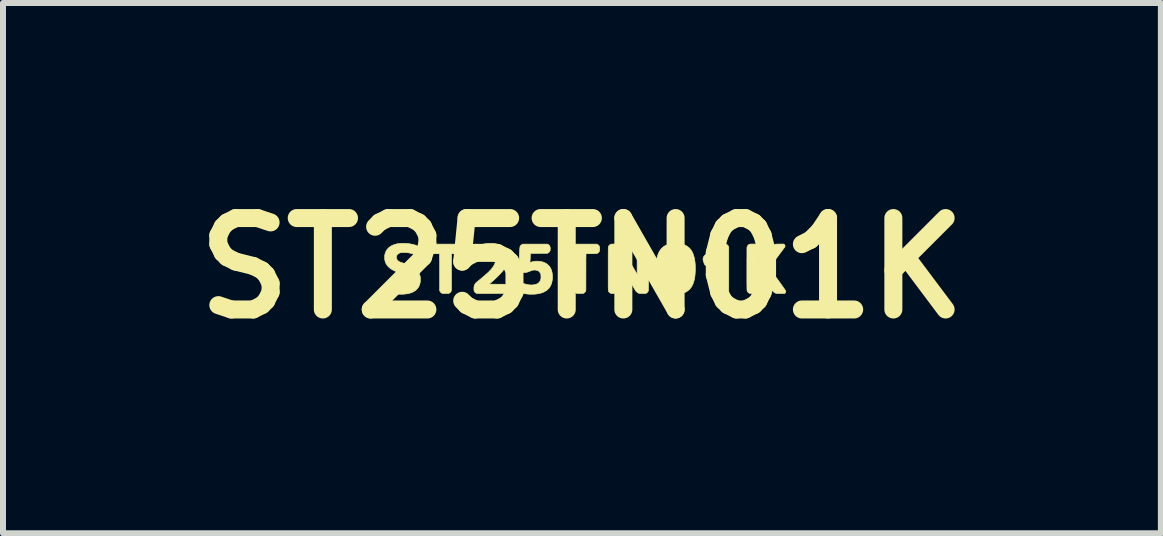
<source format=kicad_pcb>
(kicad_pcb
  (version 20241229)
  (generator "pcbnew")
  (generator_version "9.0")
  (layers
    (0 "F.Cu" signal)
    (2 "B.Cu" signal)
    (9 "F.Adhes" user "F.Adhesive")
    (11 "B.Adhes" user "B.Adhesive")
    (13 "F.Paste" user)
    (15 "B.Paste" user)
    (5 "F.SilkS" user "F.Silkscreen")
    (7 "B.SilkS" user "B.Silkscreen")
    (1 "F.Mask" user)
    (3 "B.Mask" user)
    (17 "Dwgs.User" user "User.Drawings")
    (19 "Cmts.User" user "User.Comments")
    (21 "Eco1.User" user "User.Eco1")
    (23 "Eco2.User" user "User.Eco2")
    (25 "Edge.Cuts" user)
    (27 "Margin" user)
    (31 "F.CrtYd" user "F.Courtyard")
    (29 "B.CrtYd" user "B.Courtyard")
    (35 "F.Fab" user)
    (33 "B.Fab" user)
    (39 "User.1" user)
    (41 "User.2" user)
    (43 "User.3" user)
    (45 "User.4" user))
  (footprint "ST25TN01K"
    (layer "F.Cu")
    (at 6.648 1.418)
    (property "Reference" "ST25TN01K" (at 0 0 0) (layer "F.SilkS") (effects (font (size 1.524 1.524) (thickness 0.3))))
    (attr through_hole)
    (fp_poly (pts (xy 2.348 -0.401) (xy 2.4 -0.4) (xy 2.41 -0.396) (xy 2.419 -0.39) (xy 2.428 -0.382) (xy 2.436 -0.372) (xy 2.441 -0.363) (xy 2.446 -0.353) (xy 2.446 0.375) (xy 2.44 0.386) (xy 2.434 0.397) (xy 2.425 0.406) (xy 2.416 0.414) (xy 2.406 0.42) (xy 2.405 0.42) (xy 2.402 0.421) (xy 2.399 0.422) (xy 2.396 0.422) (xy 2.392 0.423) (xy 2.386 0.423) (xy 2.378 0.423) (xy 2.368 0.423) (xy 2.356 0.423) (xy 2.346 0.423) (xy 2.33 0.423) (xy 2.318 0.423) (xy 2.307 0.423) (xy 2.3 0.422) (xy 2.295 0.422) (xy 2.291 0.421) (xy 2.291 0.421) (xy 2.277 0.414) (xy 2.266 0.405) (xy 2.256 0.393) (xy 2.252 0.386) (xy 2.248 0.377) (xy 2.247 0.099) (xy 2.246 -0.179) (xy 2.179 -0.116) (xy 2.163 -0.101) (xy 2.15 -0.089) (xy 2.138 -0.079) (xy 2.129 -0.07) (xy 2.121 -0.063) (xy 2.114 -0.057) (xy 2.109 -0.053) (xy 2.105 -0.049) (xy 2.102 -0.047) (xy 2.099 -0.045) (xy 2.097 -0.044) (xy 2.094 -0.043) (xy 2.093 -0.043) (xy 2.083 -0.041) (xy 2.072 -0.042) (xy 2.062 -0.045) (xy 2.053 -0.05) (xy 2.048 -0.054) (xy 2.046 -0.059) (xy 2.042 -0.065) (xy 2.038 -0.074) (xy 2.034 -0.084) (xy 2.03 -0.095) (xy 2.026 -0.105) (xy 2.023 -0.116) (xy 2.02 -0.125) (xy 2.019 -0.128) (xy 2.017 -0.145) (xy 2.018 -0.162) (xy 2.022 -0.178) (xy 2.029 -0.193) (xy 2.037 -0.203) (xy 2.039 -0.206) (xy 2.044 -0.211) (xy 2.051 -0.218) (xy 2.059 -0.226) (xy 2.069 -0.235) (xy 2.08 -0.246) (xy 2.092 -0.257) (xy 2.105 -0.269) (xy 2.118 -0.281) (xy 2.131 -0.294) (xy 2.144 -0.306) (xy 2.156 -0.318) (xy 2.168 -0.329) (xy 2.18 -0.339) (xy 2.189 -0.348) (xy 2.198 -0.356) (xy 2.205 -0.362) (xy 2.21 -0.367) (xy 2.212 -0.368) (xy 2.224 -0.377) (xy 2.238 -0.385) (xy 2.252 -0.391) (xy 2.259 -0.394) (xy 2.265 -0.396) (xy 2.272 -0.397) (xy 2.279 -0.399) (xy 2.286 -0.4) (xy 2.295 -0.401) (xy 2.305 -0.401) (xy 2.318 -0.401) (xy 2.333 -0.401) (xy 2.348 -0.401)) (stroke (width 0.01) (type solid)) (fill yes) (layer "F.SilkS"))
    (fp_poly (pts (xy -1.983 -0.396) (xy -1.975 -0.391) (xy -1.966 -0.384) (xy -1.959 -0.375) (xy -1.953 -0.367) (xy -1.95 -0.363) (xy -1.949 -0.36) (xy -1.948 -0.357) (xy -1.947 -0.353) (xy -1.947 -0.348) (xy -1.947 -0.342) (xy -1.947 -0.333) (xy -1.946 -0.322) (xy -1.946 -0.31) (xy -1.947 -0.302) (xy -1.947 -0.296) (xy -1.947 -0.291) (xy -1.948 -0.287) (xy -1.949 -0.284) (xy -1.95 -0.281) (xy -1.951 -0.279) (xy -1.957 -0.269) (xy -1.965 -0.26) (xy -1.974 -0.252) (xy -1.981 -0.248) (xy -1.985 -0.247) (xy -1.988 -0.245) (xy -1.992 -0.244) (xy -1.997 -0.243) (xy -2.003 -0.242) (xy -2.01 -0.242) (xy -2.019 -0.241) (xy -2.03 -0.241) (xy -2.043 -0.241) (xy -2.059 -0.241) (xy -2.077 -0.24) (xy -2.09 -0.24) (xy -2.109 -0.24) (xy -2.125 -0.24) (xy -2.138 -0.24) (xy -2.149 -0.24) (xy -2.157 -0.24) (xy -2.164 -0.24) (xy -2.168 -0.239) (xy -2.171 -0.239) (xy -2.172 -0.238) (xy -2.172 -0.238) (xy -2.173 -0.237) (xy -2.173 -0.233) (xy -2.173 -0.227) (xy -2.173 -0.219) (xy -2.173 -0.209) (xy -2.174 -0.195) (xy -2.174 -0.18) (xy -2.174 -0.161) (xy -2.174 -0.14) (xy -2.174 -0.116) (xy -2.174 -0.089) (xy -2.174 -0.059) (xy -2.174 -0.026) (xy -2.175 0.01) (xy -2.175 0.05) (xy -2.175 0.07) (xy -2.175 0.375) (xy -2.179 0.384) (xy -2.187 0.396) (xy -2.196 0.407) (xy -2.208 0.415) (xy -2.21 0.417) (xy -2.221 0.422) (xy -2.271 0.423) (xy -2.287 0.423) (xy -2.299 0.423) (xy -2.31 0.423) (xy -2.317 0.422) (xy -2.323 0.422) (xy -2.327 0.421) (xy -2.328 0.421) (xy -2.338 0.416) (xy -2.349 0.408) (xy -2.358 0.399) (xy -2.365 0.388) (xy -2.367 0.385) (xy -2.372 0.375) (xy -2.372 0.07) (xy -2.372 0.029) (xy -2.372 -0.009) (xy -2.372 -0.044) (xy -2.372 -0.075) (xy -2.372 -0.103) (xy -2.372 -0.129) (xy -2.373 -0.151) (xy -2.373 -0.171) (xy -2.373 -0.188) (xy -2.373 -0.202) (xy -2.373 -0.214) (xy -2.373 -0.224) (xy -2.374 -0.231) (xy -2.374 -0.235) (xy -2.374 -0.238) (xy -2.374 -0.238) (xy -2.375 -0.239) (xy -2.378 -0.239) (xy -2.381 -0.24) (xy -2.387 -0.24) (xy -2.394 -0.24) (xy -2.404 -0.24) (xy -2.416 -0.24) (xy -2.431 -0.24) (xy -2.449 -0.24) (xy -2.457 -0.24) (xy -2.478 -0.24) (xy -2.496 -0.241) (xy -2.513 -0.241) (xy -2.526 -0.241) (xy -2.536 -0.241) (xy -2.544 -0.242) (xy -2.548 -0.242) (xy -2.561 -0.246) (xy -2.574 -0.253) (xy -2.585 -0.263) (xy -2.593 -0.274) (xy -2.596 -0.279) (xy -2.597 -0.282) (xy -2.598 -0.286) (xy -2.599 -0.289) (xy -2.6 -0.293) (xy -2.6 -0.299) (xy -2.6 -0.306) (xy -2.6 -0.316) (xy -2.6 -0.322) (xy -2.6 -0.333) (xy -2.6 -0.342) (xy -2.6 -0.348) (xy -2.599 -0.353) (xy -2.599 -0.356) (xy -2.598 -0.359) (xy -2.596 -0.362) (xy -2.595 -0.364) (xy -2.589 -0.374) (xy -2.58 -0.384) (xy -2.571 -0.392) (xy -2.564 -0.396) (xy -2.554 -0.4) (xy -1.992 -0.4) (xy -1.983 -0.396)) (stroke (width 0.01) (type solid)) (fill yes) (layer "F.SilkS"))
    (fp_poly (pts (xy 0.258 -0.396) (xy 0.266 -0.391) (xy 0.274 -0.384) (xy 0.282 -0.375) (xy 0.288 -0.367) (xy 0.29 -0.363) (xy 0.291 -0.36) (xy 0.292 -0.357) (xy 0.293 -0.353) (xy 0.293 -0.348) (xy 0.294 -0.342) (xy 0.294 -0.333) (xy 0.294 -0.322) (xy 0.294 -0.31) (xy 0.294 -0.302) (xy 0.293 -0.296) (xy 0.293 -0.291) (xy 0.292 -0.287) (xy 0.291 -0.284) (xy 0.29 -0.281) (xy 0.289 -0.279) (xy 0.283 -0.269) (xy 0.275 -0.26) (xy 0.266 -0.252) (xy 0.259 -0.248) (xy 0.256 -0.247) (xy 0.252 -0.245) (xy 0.248 -0.244) (xy 0.243 -0.243) (xy 0.237 -0.242) (xy 0.23 -0.242) (xy 0.221 -0.241) (xy 0.21 -0.241) (xy 0.197 -0.241) (xy 0.182 -0.241) (xy 0.163 -0.24) (xy 0.151 -0.24) (xy 0.131 -0.24) (xy 0.115 -0.24) (xy 0.102 -0.24) (xy 0.091 -0.24) (xy 0.083 -0.24) (xy 0.077 -0.24) (xy 0.072 -0.239) (xy 0.07 -0.239) (xy 0.068 -0.238) (xy 0.068 -0.238) (xy 0.068 -0.237) (xy 0.067 -0.233) (xy 0.067 -0.227) (xy 0.067 -0.219) (xy 0.067 -0.209) (xy 0.067 -0.195) (xy 0.067 -0.18) (xy 0.066 -0.161) (xy 0.066 -0.14) (xy 0.066 -0.116) (xy 0.066 -0.089) (xy 0.066 -0.059) (xy 0.066 -0.026) (xy 0.066 0.01) (xy 0.066 0.05) (xy 0.066 0.07) (xy 0.065 0.375) (xy 0.061 0.384) (xy 0.054 0.396) (xy 0.044 0.407) (xy 0.033 0.415) (xy 0.03 0.417) (xy 0.019 0.422) (xy -0.03 0.423) (xy -0.046 0.423) (xy -0.059 0.423) (xy -0.069 0.423) (xy -0.077 0.422) (xy -0.083 0.422) (xy -0.086 0.421) (xy -0.087 0.421) (xy -0.098 0.416) (xy -0.109 0.408) (xy -0.118 0.399) (xy -0.125 0.388) (xy -0.127 0.385) (xy -0.131 0.375) (xy -0.132 0.07) (xy -0.132 0.029) (xy -0.132 -0.009) (xy -0.132 -0.044) (xy -0.132 -0.075) (xy -0.132 -0.103) (xy -0.132 -0.129) (xy -0.132 -0.151) (xy -0.132 -0.171) (xy -0.133 -0.188) (xy -0.133 -0.202) (xy -0.133 -0.214) (xy -0.133 -0.224) (xy -0.133 -0.231) (xy -0.134 -0.235) (xy -0.134 -0.238) (xy -0.134 -0.238) (xy -0.135 -0.239) (xy -0.137 -0.239) (xy -0.141 -0.24) (xy -0.146 -0.24) (xy -0.154 -0.24) (xy -0.164 -0.24) (xy -0.176 -0.24) (xy -0.191 -0.24) (xy -0.209 -0.24) (xy -0.217 -0.24) (xy -0.238 -0.24) (xy -0.256 -0.241) (xy -0.272 -0.241) (xy -0.286 -0.241) (xy -0.296 -0.241) (xy -0.303 -0.242) (xy -0.307 -0.242) (xy -0.321 -0.246) (xy -0.333 -0.253) (xy -0.344 -0.263) (xy -0.353 -0.274) (xy -0.355 -0.279) (xy -0.357 -0.282) (xy -0.358 -0.286) (xy -0.359 -0.289) (xy -0.359 -0.293) (xy -0.36 -0.299) (xy -0.36 -0.306) (xy -0.36 -0.316) (xy -0.36 -0.322) (xy -0.36 -0.333) (xy -0.36 -0.342) (xy -0.36 -0.348) (xy -0.359 -0.353) (xy -0.358 -0.356) (xy -0.357 -0.359) (xy -0.356 -0.362) (xy -0.355 -0.364) (xy -0.349 -0.374) (xy -0.34 -0.384) (xy -0.33 -0.392) (xy -0.324 -0.396) (xy -0.314 -0.4) (xy 0.248 -0.4) (xy 0.258 -0.396)) (stroke (width 0.01) (type solid)) (fill yes) (layer "F.SilkS"))
    (fp_poly (pts (xy 1.58 -0.412) (xy 1.593 -0.412) (xy 1.605 -0.411) (xy 1.614 -0.411) (xy 1.618 -0.41) (xy 1.649 -0.405) (xy 1.677 -0.398) (xy 1.703 -0.389) (xy 1.727 -0.379) (xy 1.749 -0.366) (xy 1.77 -0.351) (xy 1.778 -0.345) (xy 1.797 -0.327) (xy 1.814 -0.306) (xy 1.83 -0.282) (xy 1.843 -0.256) (xy 1.855 -0.228) (xy 1.865 -0.196) (xy 1.874 -0.162) (xy 1.88 -0.125) (xy 1.884 -0.097) (xy 1.886 -0.073) (xy 1.888 -0.047) (xy 1.889 -0.02) (xy 1.889 0.007) (xy 1.889 0.033) (xy 1.888 0.054) (xy 1.886 0.09) (xy 1.883 0.124) (xy 1.879 0.155) (xy 1.874 0.184) (xy 1.867 0.211) (xy 1.86 0.236) (xy 1.851 0.26) (xy 1.841 0.283) (xy 1.84 0.285) (xy 1.829 0.306) (xy 1.817 0.324) (xy 1.803 0.341) (xy 1.791 0.355) (xy 1.77 0.373) (xy 1.747 0.39) (xy 1.722 0.403) (xy 1.695 0.414) (xy 1.666 0.423) (xy 1.634 0.43) (xy 1.627 0.431) (xy 1.619 0.432) (xy 1.608 0.433) (xy 1.596 0.433) (xy 1.582 0.434) (xy 1.568 0.434) (xy 1.553 0.435) (xy 1.54 0.434) (xy 1.528 0.434) (xy 1.519 0.434) (xy 1.515 0.433) (xy 1.482 0.429) (xy 1.452 0.422) (xy 1.424 0.414) (xy 1.399 0.403) (xy 1.376 0.39) (xy 1.354 0.375) (xy 1.334 0.358) (xy 1.328 0.351) (xy 1.311 0.332) (xy 1.296 0.311) (xy 1.283 0.288) (xy 1.271 0.262) (xy 1.269 0.258) (xy 1.259 0.229) (xy 1.251 0.197) (xy 1.244 0.163) (xy 1.239 0.125) (xy 1.235 0.085) (xy 1.233 0.043) (xy 1.233 0.011) (xy 1.233 0.009) (xy 1.43 0.009) (xy 1.43 0.031) (xy 1.431 0.05) (xy 1.431 0.066) (xy 1.432 0.081) (xy 1.432 0.095) (xy 1.434 0.108) (xy 1.435 0.121) (xy 1.437 0.136) (xy 1.438 0.141) (xy 1.442 0.165) (xy 1.447 0.187) (xy 1.453 0.207) (xy 1.461 0.223) (xy 1.469 0.238) (xy 1.479 0.251) (xy 1.485 0.258) (xy 1.498 0.269) (xy 1.513 0.278) (xy 1.528 0.284) (xy 1.546 0.287) (xy 1.56 0.288) (xy 1.569 0.287) (xy 1.578 0.287) (xy 1.586 0.285) (xy 1.587 0.285) (xy 1.599 0.282) (xy 1.61 0.278) (xy 1.619 0.272) (xy 1.625 0.268) (xy 1.638 0.257) (xy 1.65 0.243) (xy 1.66 0.226) (xy 1.668 0.207) (xy 1.675 0.184) (xy 1.68 0.161) (xy 1.683 0.149) (xy 1.685 0.137) (xy 1.686 0.126) (xy 1.688 0.114) (xy 1.689 0.102) (xy 1.689 0.089) (xy 1.69 0.074) (xy 1.69 0.058) (xy 1.691 0.039) (xy 1.691 0.017) (xy 1.691 0.011) (xy 1.691 -0.009) (xy 1.691 -0.026) (xy 1.69 -0.04) (xy 1.69 -0.052) (xy 1.69 -0.062) (xy 1.689 -0.071) (xy 1.689 -0.079) (xy 1.688 -0.087) (xy 1.688 -0.091) (xy 1.684 -0.12) (xy 1.679 -0.146) (xy 1.673 -0.169) (xy 1.667 -0.189) (xy 1.659 -0.206) (xy 1.65 -0.221) (xy 1.639 -0.233) (xy 1.628 -0.244) (xy 1.615 -0.252) (xy 1.609 -0.255) (xy 1.592 -0.262) (xy 1.574 -0.265) (xy 1.555 -0.266) (xy 1.536 -0.263) (xy 1.518 -0.258) (xy 1.511 -0.255) (xy 1.5 -0.248) (xy 1.49 -0.24) (xy 1.48 -0.23) (xy 1.471 -0.219) (xy 1.466 -0.212) (xy 1.458 -0.197) (xy 1.452 -0.181) (xy 1.446 -0.162) (xy 1.441 -0.142) (xy 1.438 -0.119) (xy 1.435 -0.094) (xy 1.432 -0.066) (xy 1.431 -0.036) (xy 1.43 -0.002) (xy 1.43 0.009) (xy 1.233 0.009) (xy 1.234 -0.035) (xy 1.236 -0.078) (xy 1.241 -0.118) (xy 1.247 -0.156) (xy 1.255 -0.19) (xy 1.265 -0.222) (xy 1.276 -0.252) (xy 1.29 -0.278) (xy 1.303 -0.3) (xy 1.311 -0.31) (xy 1.32 -0.321) (xy 1.332 -0.333) (xy 1.343 -0.344) (xy 1.355 -0.354) (xy 1.366 -0.362) (xy 1.367 -0.363) (xy 1.393 -0.378) (xy 1.42 -0.39) (xy 1.45 -0.4) (xy 1.482 -0.407) (xy 1.504 -0.41) (xy 1.512 -0.411) (xy 1.524 -0.412) (xy 1.537 -0.412) (xy 1.551 -0.412) (xy 1.565 -0.412) (xy 1.58 -0.412)) (stroke (width 0.01) (type solid)) (fill yes) (layer "F.SilkS"))
    (fp_poly (pts (xy -1.507 -0.412) (xy -1.492 -0.412) (xy -1.479 -0.411) (xy -1.469 -0.411) (xy -1.465 -0.41) (xy -1.432 -0.404) (xy -1.402 -0.396) (xy -1.374 -0.386) (xy -1.349 -0.374) (xy -1.326 -0.359) (xy -1.306 -0.342) (xy -1.288 -0.323) (xy -1.276 -0.307) (xy -1.265 -0.287) (xy -1.255 -0.267) (xy -1.248 -0.245) (xy -1.243 -0.222) (xy -1.24 -0.197) (xy -1.238 -0.178) (xy -1.239 -0.146) (xy -1.243 -0.115) (xy -1.25 -0.084) (xy -1.26 -0.053) (xy -1.274 -0.023) (xy -1.291 0.006) (xy -1.311 0.036) (xy -1.325 0.053) (xy -1.342 0.073) (xy -1.361 0.094) (xy -1.382 0.116) (xy -1.405 0.14) (xy -1.431 0.164) (xy -1.457 0.189) (xy -1.485 0.214) (xy -1.515 0.24) (xy -1.527 0.25) (xy -1.546 0.267) (xy -1.415 0.268) (xy -1.39 0.268) (xy -1.369 0.268) (xy -1.35 0.268) (xy -1.334 0.268) (xy -1.32 0.268) (xy -1.309 0.269) (xy -1.3 0.269) (xy -1.292 0.269) (xy -1.285 0.27) (xy -1.28 0.271) (xy -1.276 0.272) (xy -1.273 0.273) (xy -1.27 0.274) (xy -1.268 0.275) (xy -1.265 0.277) (xy -1.263 0.279) (xy -1.261 0.28) (xy -1.251 0.29) (xy -1.242 0.302) (xy -1.238 0.314) (xy -1.236 0.319) (xy -1.235 0.324) (xy -1.235 0.329) (xy -1.235 0.336) (xy -1.235 0.345) (xy -1.235 0.35) (xy -1.235 0.36) (xy -1.235 0.367) (xy -1.236 0.373) (xy -1.237 0.377) (xy -1.238 0.381) (xy -1.24 0.385) (xy -1.241 0.386) (xy -1.248 0.398) (xy -1.257 0.408) (xy -1.269 0.416) (xy -1.272 0.418) (xy -1.281 0.422) (xy -1.516 0.423) (xy -1.548 0.423) (xy -1.578 0.423) (xy -1.605 0.423) (xy -1.629 0.423) (xy -1.65 0.423) (xy -1.668 0.423) (xy -1.684 0.423) (xy -1.698 0.423) (xy -1.71 0.423) (xy -1.721 0.423) (xy -1.729 0.423) (xy -1.736 0.422) (xy -1.742 0.422) (xy -1.746 0.422) (xy -1.75 0.422) (xy -1.752 0.421) (xy -1.755 0.421) (xy -1.756 0.421) (xy -1.757 0.42) (xy -1.758 0.42) (xy -1.77 0.414) (xy -1.781 0.405) (xy -1.79 0.394) (xy -1.797 0.382) (xy -1.797 0.38) (xy -1.799 0.374) (xy -1.799 0.367) (xy -1.8 0.357) (xy -1.8 0.346) (xy -1.8 0.335) (xy -1.8 0.324) (xy -1.799 0.314) (xy -1.798 0.305) (xy -1.797 0.302) (xy -1.794 0.289) (xy -1.787 0.275) (xy -1.78 0.262) (xy -1.771 0.25) (xy -1.769 0.248) (xy -1.765 0.243) (xy -1.758 0.237) (xy -1.75 0.23) (xy -1.741 0.222) (xy -1.731 0.215) (xy -1.73 0.214) (xy -1.699 0.189) (xy -1.67 0.165) (xy -1.643 0.142) (xy -1.617 0.12) (xy -1.593 0.098) (xy -1.57 0.078) (xy -1.55 0.059) (xy -1.533 0.041) (xy -1.518 0.025) (xy -1.505 0.01) (xy -1.503 0.007) (xy -1.484 -0.018) (xy -1.468 -0.043) (xy -1.455 -0.068) (xy -1.446 -0.093) (xy -1.44 -0.118) (xy -1.438 -0.132) (xy -1.438 -0.147) (xy -1.438 -0.162) (xy -1.44 -0.177) (xy -1.443 -0.189) (xy -1.443 -0.19) (xy -1.45 -0.206) (xy -1.459 -0.219) (xy -1.47 -0.23) (xy -1.484 -0.239) (xy -1.5 -0.245) (xy -1.519 -0.249) (xy -1.54 -0.252) (xy -1.541 -0.252) (xy -1.561 -0.252) (xy -1.582 -0.25) (xy -1.604 -0.245) (xy -1.628 -0.239) (xy -1.653 -0.23) (xy -1.68 -0.219) (xy -1.696 -0.211) (xy -1.707 -0.206) (xy -1.716 -0.202) (xy -1.723 -0.199) (xy -1.728 -0.198) (xy -1.733 -0.197) (xy -1.734 -0.197) (xy -1.746 -0.197) (xy -1.757 -0.2) (xy -1.768 -0.206) (xy -1.778 -0.213) (xy -1.782 -0.218) (xy -1.784 -0.222) (xy -1.787 -0.229) (xy -1.791 -0.237) (xy -1.794 -0.246) (xy -1.795 -0.248) (xy -1.798 -0.257) (xy -1.8 -0.264) (xy -1.801 -0.269) (xy -1.802 -0.275) (xy -1.802 -0.281) (xy -1.802 -0.289) (xy -1.802 -0.291) (xy -1.802 -0.3) (xy -1.802 -0.307) (xy -1.802 -0.311) (xy -1.801 -0.315) (xy -1.799 -0.32) (xy -1.797 -0.325) (xy -1.792 -0.334) (xy -1.786 -0.342) (xy -1.778 -0.349) (xy -1.769 -0.355) (xy -1.757 -0.361) (xy -1.75 -0.364) (xy -1.716 -0.378) (xy -1.682 -0.39) (xy -1.648 -0.399) (xy -1.614 -0.406) (xy -1.59 -0.409) (xy -1.58 -0.41) (xy -1.568 -0.411) (xy -1.554 -0.412) (xy -1.538 -0.412) (xy -1.522 -0.412) (xy -1.507 -0.412)) (stroke (width 0.01) (type solid)) (fill yes) (layer "F.SilkS"))
    (fp_poly (pts (xy -2.956 -0.413) (xy -2.916 -0.41) (xy -2.876 -0.406) (xy -2.837 -0.399) (xy -2.801 -0.39) (xy -2.794 -0.389) (xy -2.779 -0.384) (xy -2.767 -0.38) (xy -2.758 -0.376) (xy -2.75 -0.371) (xy -2.744 -0.366) (xy -2.739 -0.359) (xy -2.734 -0.352) (xy -2.732 -0.348) (xy -2.729 -0.341) (xy -2.727 -0.335) (xy -2.726 -0.33) (xy -2.725 -0.322) (xy -2.725 -0.319) (xy -2.725 -0.311) (xy -2.725 -0.303) (xy -2.727 -0.295) (xy -2.729 -0.285) (xy -2.729 -0.284) (xy -2.733 -0.27) (xy -2.737 -0.259) (xy -2.742 -0.25) (xy -2.748 -0.243) (xy -2.756 -0.238) (xy -2.763 -0.234) (xy -2.772 -0.231) (xy -2.781 -0.23) (xy -2.79 -0.23) (xy -2.802 -0.232) (xy -2.815 -0.236) (xy -2.818 -0.237) (xy -2.851 -0.246) (xy -2.883 -0.254) (xy -2.915 -0.258) (xy -2.948 -0.26) (xy -2.978 -0.26) (xy -2.991 -0.26) (xy -3.001 -0.259) (xy -3.009 -0.259) (xy -3.016 -0.258) (xy -3.022 -0.257) (xy -3.024 -0.256) (xy -3.042 -0.25) (xy -3.058 -0.242) (xy -3.07 -0.232) (xy -3.08 -0.22) (xy -3.087 -0.207) (xy -3.089 -0.199) (xy -3.092 -0.183) (xy -3.091 -0.168) (xy -3.087 -0.153) (xy -3.08 -0.139) (xy -3.07 -0.127) (xy -3.06 -0.118) (xy -3.052 -0.112) (xy -3.043 -0.107) (xy -3.033 -0.102) (xy -3.021 -0.098) (xy -3.007 -0.093) (xy -2.99 -0.087) (xy -2.986 -0.086) (xy -2.947 -0.073) (xy -2.912 -0.061) (xy -2.88 -0.048) (xy -2.851 -0.035) (xy -2.825 -0.021) (xy -2.801 -0.007) (xy -2.78 0.007) (xy -2.762 0.023) (xy -2.746 0.039) (xy -2.733 0.056) (xy -2.721 0.074) (xy -2.711 0.093) (xy -2.704 0.113) (xy -2.698 0.134) (xy -2.697 0.138) (xy -2.695 0.149) (xy -2.694 0.162) (xy -2.693 0.178) (xy -2.693 0.193) (xy -2.694 0.209) (xy -2.694 0.224) (xy -2.696 0.237) (xy -2.696 0.24) (xy -2.703 0.267) (xy -2.712 0.292) (xy -2.724 0.316) (xy -2.739 0.337) (xy -2.756 0.356) (xy -2.776 0.373) (xy -2.798 0.388) (xy -2.824 0.401) (xy -2.851 0.412) (xy -2.882 0.421) (xy -2.915 0.428) (xy -2.951 0.432) (xy -2.962 0.433) (xy -2.971 0.434) (xy -2.983 0.434) (xy -2.995 0.435) (xy -3.009 0.435) (xy -3.022 0.435) (xy -3.035 0.435) (xy -3.046 0.434) (xy -3.054 0.434) (xy -3.055 0.434) (xy -3.09 0.43) (xy -3.125 0.423) (xy -3.161 0.414) (xy -3.18 0.408) (xy -3.201 0.401) (xy -3.218 0.394) (xy -3.233 0.388) (xy -3.244 0.382) (xy -3.252 0.377) (xy -3.254 0.375) (xy -3.264 0.364) (xy -3.272 0.35) (xy -3.276 0.336) (xy -3.278 0.32) (xy -3.278 0.314) (xy -3.277 0.305) (xy -3.275 0.295) (xy -3.272 0.284) (xy -3.269 0.273) (xy -3.265 0.263) (xy -3.262 0.255) (xy -3.261 0.253) (xy -3.254 0.245) (xy -3.244 0.238) (xy -3.233 0.233) (xy -3.221 0.231) (xy -3.214 0.231) (xy -3.208 0.231) (xy -3.202 0.233) (xy -3.195 0.235) (xy -3.186 0.239) (xy -3.183 0.24) (xy -3.155 0.253) (xy -3.128 0.263) (xy -3.102 0.271) (xy -3.076 0.277) (xy -3.049 0.281) (xy -3.048 0.281) (xy -3.037 0.282) (xy -3.024 0.283) (xy -3.01 0.283) (xy -2.997 0.282) (xy -2.984 0.282) (xy -2.972 0.28) (xy -2.963 0.279) (xy -2.959 0.278) (xy -2.941 0.271) (xy -2.926 0.263) (xy -2.913 0.252) (xy -2.903 0.24) (xy -2.896 0.225) (xy -2.893 0.214) (xy -2.891 0.196) (xy -2.891 0.179) (xy -2.895 0.164) (xy -2.902 0.149) (xy -2.912 0.137) (xy -2.913 0.135) (xy -2.92 0.129) (xy -2.929 0.123) (xy -2.939 0.117) (xy -2.95 0.111) (xy -2.964 0.105) (xy -2.98 0.099) (xy -3 0.093) (xy -3.002 0.092) (xy -3.033 0.082) (xy -3.061 0.072) (xy -3.087 0.062) (xy -3.11 0.052) (xy -3.132 0.042) (xy -3.151 0.032) (xy -3.17 0.021) (xy -3.17 0.021) (xy -3.196 0.004) (xy -3.218 -0.015) (xy -3.237 -0.034) (xy -3.253 -0.055) (xy -3.266 -0.077) (xy -3.276 -0.101) (xy -3.284 -0.126) (xy -3.286 -0.138) (xy -3.287 -0.148) (xy -3.288 -0.162) (xy -3.288 -0.176) (xy -3.288 -0.19) (xy -3.288 -0.204) (xy -3.286 -0.216) (xy -3.286 -0.22) (xy -3.28 -0.245) (xy -3.271 -0.27) (xy -3.26 -0.292) (xy -3.245 -0.313) (xy -3.232 -0.328) (xy -3.217 -0.343) (xy -3.201 -0.355) (xy -3.183 -0.367) (xy -3.166 -0.376) (xy -3.144 -0.386) (xy -3.122 -0.394) (xy -3.099 -0.401) (xy -3.075 -0.406) (xy -3.049 -0.409) (xy -3.021 -0.412) (xy -2.997 -0.413) (xy -2.956 -0.413)) (stroke (width 0.01) (type solid)) (fill yes) (layer "F.SilkS"))
    (fp_poly (pts (xy 0.567 -0.401) (xy 0.574 -0.401) (xy 0.58 -0.4) (xy 0.585 -0.399) (xy 0.589 -0.399) (xy 0.606 -0.393) (xy 0.622 -0.385) (xy 0.637 -0.373) (xy 0.649 -0.359) (xy 0.653 -0.353) (xy 0.655 -0.35) (xy 0.658 -0.345) (xy 0.663 -0.337) (xy 0.669 -0.326) (xy 0.677 -0.313) (xy 0.686 -0.298) (xy 0.696 -0.281) (xy 0.706 -0.263) (xy 0.718 -0.243) (xy 0.731 -0.221) (xy 0.744 -0.198) (xy 0.758 -0.175) (xy 0.772 -0.15) (xy 0.787 -0.125) (xy 0.79 -0.119) (xy 0.919 0.103) (xy 0.919 -0.125) (xy 0.92 -0.353) (xy 0.925 -0.362) (xy 0.932 -0.374) (xy 0.942 -0.385) (xy 0.953 -0.393) (xy 0.955 -0.395) (xy 0.966 -0.4) (xy 1.014 -0.4) (xy 1.028 -0.4) (xy 1.039 -0.4) (xy 1.048 -0.4) (xy 1.055 -0.4) (xy 1.059 -0.4) (xy 1.063 -0.399) (xy 1.066 -0.399) (xy 1.068 -0.398) (xy 1.071 -0.397) (xy 1.071 -0.396) (xy 1.079 -0.391) (xy 1.087 -0.385) (xy 1.094 -0.377) (xy 1.1 -0.369) (xy 1.102 -0.365) (xy 1.105 -0.358) (xy 1.107 -0.351) (xy 1.108 -0.348) (xy 1.108 -0.346) (xy 1.108 -0.34) (xy 1.108 -0.331) (xy 1.108 -0.319) (xy 1.108 -0.305) (xy 1.108 -0.288) (xy 1.109 -0.269) (xy 1.109 -0.248) (xy 1.109 -0.226) (xy 1.109 -0.201) (xy 1.109 -0.175) (xy 1.109 -0.148) (xy 1.109 -0.12) (xy 1.109 -0.091) (xy 1.109 -0.061) (xy 1.109 -0.031) (xy 1.109 -0.001) (xy 1.109 0.03) (xy 1.109 0.06) (xy 1.109 0.09) (xy 1.109 0.12) (xy 1.109 0.148) (xy 1.109 0.176) (xy 1.109 0.203) (xy 1.109 0.229) (xy 1.109 0.253) (xy 1.109 0.275) (xy 1.109 0.296) (xy 1.108 0.314) (xy 1.108 0.331) (xy 1.108 0.344) (xy 1.108 0.356) (xy 1.108 0.364) (xy 1.108 0.369) (xy 1.107 0.371) (xy 1.104 0.382) (xy 1.099 0.393) (xy 1.091 0.402) (xy 1.088 0.406) (xy 1.083 0.41) (xy 1.079 0.414) (xy 1.074 0.417) (xy 1.069 0.419) (xy 1.064 0.421) (xy 1.056 0.422) (xy 1.047 0.423) (xy 1.036 0.423) (xy 1.022 0.423) (xy 1.012 0.423) (xy 0.997 0.423) (xy 0.984 0.423) (xy 0.974 0.423) (xy 0.966 0.422) (xy 0.96 0.422) (xy 0.956 0.421) (xy 0.955 0.421) (xy 0.939 0.415) (xy 0.925 0.407) (xy 0.911 0.396) (xy 0.898 0.382) (xy 0.886 0.365) (xy 0.883 0.36) (xy 0.881 0.356) (xy 0.877 0.349) (xy 0.871 0.34) (xy 0.865 0.329) (xy 0.857 0.315) (xy 0.848 0.299) (xy 0.837 0.282) (xy 0.826 0.262) (xy 0.814 0.242) (xy 0.802 0.22) (xy 0.788 0.197) (xy 0.774 0.173) (xy 0.76 0.149) (xy 0.749 0.13) (xy 0.627 -0.08) (xy 0.627 0.147) (xy 0.626 0.179) (xy 0.626 0.208) (xy 0.626 0.234) (xy 0.626 0.258) (xy 0.626 0.278) (xy 0.626 0.297) (xy 0.626 0.312) (xy 0.626 0.326) (xy 0.625 0.337) (xy 0.625 0.347) (xy 0.625 0.355) (xy 0.625 0.362) (xy 0.625 0.367) (xy 0.624 0.371) (xy 0.624 0.375) (xy 0.624 0.377) (xy 0.623 0.379) (xy 0.623 0.38) (xy 0.623 0.381) (xy 0.616 0.394) (xy 0.606 0.406) (xy 0.593 0.415) (xy 0.589 0.418) (xy 0.58 0.422) (xy 0.534 0.423) (xy 0.522 0.423) (xy 0.511 0.423) (xy 0.501 0.423) (xy 0.493 0.422) (xy 0.487 0.422) (xy 0.484 0.422) (xy 0.472 0.416) (xy 0.46 0.408) (xy 0.45 0.397) (xy 0.447 0.393) (xy 0.446 0.391) (xy 0.445 0.39) (xy 0.444 0.388) (xy 0.443 0.387) (xy 0.442 0.385) (xy 0.441 0.383) (xy 0.441 0.38) (xy 0.44 0.377) (xy 0.44 0.373) (xy 0.439 0.368) (xy 0.439 0.363) (xy 0.438 0.356) (xy 0.438 0.347) (xy 0.438 0.337) (xy 0.438 0.326) (xy 0.437 0.313) (xy 0.437 0.298) (xy 0.437 0.281) (xy 0.437 0.262) (xy 0.437 0.241) (xy 0.437 0.217) (xy 0.437 0.191) (xy 0.437 0.162) (xy 0.437 0.13) (xy 0.437 0.095) (xy 0.437 0.057) (xy 0.437 0.016) (xy 0.437 0.011) (xy 0.437 -0.034) (xy 0.437 -0.075) (xy 0.437 -0.114) (xy 0.437 -0.151) (xy 0.437 -0.184) (xy 0.437 -0.215) (xy 0.437 -0.242) (xy 0.437 -0.267) (xy 0.438 -0.288) (xy 0.438 -0.307) (xy 0.438 -0.322) (xy 0.438 -0.334) (xy 0.438 -0.343) (xy 0.438 -0.348) (xy 0.439 -0.35) (xy 0.443 -0.363) (xy 0.451 -0.376) (xy 0.461 -0.386) (xy 0.472 -0.394) (xy 0.475 -0.396) (xy 0.478 -0.397) (xy 0.481 -0.398) (xy 0.484 -0.399) (xy 0.488 -0.4) (xy 0.492 -0.4) (xy 0.498 -0.4) (xy 0.507 -0.401) (xy 0.517 -0.401) (xy 0.531 -0.401) (xy 0.546 -0.401) (xy 0.557 -0.401) (xy 0.567 -0.401)) (stroke (width 0.01) (type solid)) (fill yes) (layer "F.SilkS"))
    (fp_poly (pts (xy -0.566 -0.395) (xy -0.554 -0.387) (xy -0.543 -0.377) (xy -0.536 -0.365) (xy -0.531 -0.35) (xy -0.53 -0.347) (xy -0.529 -0.338) (xy -0.528 -0.327) (xy -0.529 -0.316) (xy -0.53 -0.304) (xy -0.531 -0.294) (xy -0.533 -0.287) (xy -0.539 -0.277) (xy -0.547 -0.267) (xy -0.557 -0.258) (xy -0.567 -0.252) (xy -0.578 -0.246) (xy -0.717 -0.246) (xy -0.745 -0.245) (xy -0.77 -0.245) (xy -0.792 -0.245) (xy -0.811 -0.245) (xy -0.826 -0.244) (xy -0.839 -0.244) (xy -0.848 -0.244) (xy -0.854 -0.243) (xy -0.857 -0.243) (xy -0.857 -0.243) (xy -0.857 -0.241) (xy -0.858 -0.236) (xy -0.859 -0.228) (xy -0.859 -0.218) (xy -0.86 -0.206) (xy -0.861 -0.192) (xy -0.862 -0.178) (xy -0.863 -0.163) (xy -0.863 -0.149) (xy -0.864 -0.136) (xy -0.865 -0.124) (xy -0.865 -0.115) (xy -0.866 -0.108) (xy -0.866 -0.104) (xy -0.867 -0.098) (xy -0.866 -0.095) (xy -0.866 -0.093) (xy -0.864 -0.094) (xy -0.861 -0.095) (xy -0.856 -0.096) (xy -0.849 -0.099) (xy -0.844 -0.101) (xy -0.817 -0.109) (xy -0.788 -0.114) (xy -0.758 -0.116) (xy -0.728 -0.115) (xy -0.697 -0.112) (xy -0.666 -0.106) (xy -0.663 -0.105) (xy -0.636 -0.097) (xy -0.611 -0.085) (xy -0.588 -0.072) (xy -0.568 -0.055) (xy -0.549 -0.037) (xy -0.533 -0.016) (xy -0.52 0.007) (xy -0.509 0.033) (xy -0.506 0.04) (xy -0.5 0.066) (xy -0.495 0.093) (xy -0.492 0.122) (xy -0.492 0.152) (xy -0.493 0.182) (xy -0.497 0.211) (xy -0.501 0.229) (xy -0.508 0.257) (xy -0.519 0.284) (xy -0.532 0.308) (xy -0.547 0.331) (xy -0.566 0.351) (xy -0.586 0.369) (xy -0.61 0.384) (xy -0.636 0.398) (xy -0.664 0.41) (xy -0.696 0.419) (xy -0.73 0.426) (xy -0.766 0.432) (xy -0.785 0.433) (xy -0.793 0.434) (xy -0.805 0.434) (xy -0.818 0.435) (xy -0.832 0.435) (xy -0.846 0.435) (xy -0.86 0.435) (xy -0.872 0.435) (xy -0.882 0.434) (xy -0.885 0.434) (xy -0.895 0.433) (xy -0.907 0.432) (xy -0.92 0.43) (xy -0.933 0.429) (xy -0.946 0.427) (xy -0.956 0.425) (xy -0.957 0.425) (xy -0.968 0.423) (xy -0.979 0.42) (xy -0.991 0.417) (xy -1.002 0.414) (xy -1.012 0.411) (xy -1.02 0.409) (xy -1.025 0.407) (xy -1.026 0.406) (xy -1.038 0.399) (xy -1.048 0.388) (xy -1.055 0.376) (xy -1.06 0.362) (xy -1.062 0.348) (xy -1.062 0.345) (xy -1.061 0.336) (xy -1.06 0.326) (xy -1.058 0.315) (xy -1.055 0.304) (xy -1.052 0.295) (xy -1.05 0.286) (xy -1.047 0.282) (xy -1.039 0.271) (xy -1.029 0.263) (xy -1.016 0.257) (xy -1.002 0.255) (xy -1 0.254) (xy -0.993 0.254) (xy -0.988 0.254) (xy -0.982 0.255) (xy -0.975 0.257) (xy -0.966 0.259) (xy -0.965 0.26) (xy -0.941 0.266) (xy -0.92 0.272) (xy -0.901 0.276) (xy -0.883 0.278) (xy -0.866 0.28) (xy -0.849 0.281) (xy -0.832 0.281) (xy -0.831 0.281) (xy -0.805 0.278) (xy -0.782 0.274) (xy -0.761 0.268) (xy -0.743 0.26) (xy -0.727 0.25) (xy -0.714 0.238) (xy -0.703 0.223) (xy -0.696 0.21) (xy -0.69 0.197) (xy -0.686 0.184) (xy -0.684 0.169) (xy -0.683 0.152) (xy -0.683 0.138) (xy -0.684 0.12) (xy -0.686 0.104) (xy -0.69 0.091) (xy -0.696 0.079) (xy -0.703 0.069) (xy -0.711 0.06) (xy -0.722 0.05) (xy -0.736 0.042) (xy -0.752 0.036) (xy -0.769 0.033) (xy -0.789 0.032) (xy -0.792 0.032) (xy -0.8 0.032) (xy -0.807 0.032) (xy -0.813 0.033) (xy -0.82 0.034) (xy -0.827 0.036) (xy -0.836 0.039) (xy -0.846 0.042) (xy -0.858 0.047) (xy -0.868 0.051) (xy -0.884 0.057) (xy -0.897 0.062) (xy -0.908 0.066) (xy -0.917 0.068) (xy -0.926 0.071) (xy -0.935 0.072) (xy -0.944 0.073) (xy -0.954 0.073) (xy -0.966 0.073) (xy -0.97 0.074) (xy -0.982 0.074) (xy -0.991 0.073) (xy -0.998 0.073) (xy -1.003 0.073) (xy -1.007 0.072) (xy -1.01 0.071) (xy -1.014 0.07) (xy -1.015 0.07) (xy -1.026 0.063) (xy -1.036 0.054) (xy -1.045 0.043) (xy -1.05 0.031) (xy -1.053 0.018) (xy -1.053 0.017) (xy -1.053 0.014) (xy -1.053 0.008) (xy -1.052 -0.002) (xy -1.052 -0.014) (xy -1.051 -0.028) (xy -1.051 -0.044) (xy -1.05 -0.063) (xy -1.049 -0.083) (xy -1.048 -0.105) (xy -1.047 -0.127) (xy -1.046 -0.151) (xy -1.045 -0.168) (xy -1.043 -0.197) (xy -1.042 -0.223) (xy -1.041 -0.246) (xy -1.04 -0.266) (xy -1.039 -0.284) (xy -1.038 -0.299) (xy -1.037 -0.312) (xy -1.037 -0.323) (xy -1.036 -0.332) (xy -1.035 -0.339) (xy -1.034 -0.346) (xy -1.033 -0.351) (xy -1.033 -0.355) (xy -1.032 -0.358) (xy -1.031 -0.361) (xy -1.03 -0.364) (xy -1.028 -0.366) (xy -1.027 -0.368) (xy -1.021 -0.377) (xy -1.012 -0.385) (xy -1.003 -0.392) (xy -0.997 -0.396) (xy -0.988 -0.4) (xy -0.577 -0.4) (xy -0.566 -0.395)) (stroke (width 0.01) (type solid)) (fill yes) (layer "F.SilkS"))
    (fp_poly (pts (xy 2.871 -0.401) (xy 2.882 -0.401) (xy 2.89 -0.4) (xy 2.893 -0.4) (xy 2.905 -0.396) (xy 2.916 -0.389) (xy 2.925 -0.379) (xy 2.934 -0.368) (xy 2.939 -0.359) (xy 2.939 -0.357) (xy 2.94 -0.355) (xy 2.94 -0.353) (xy 2.941 -0.351) (xy 2.941 -0.348) (xy 2.941 -0.344) (xy 2.942 -0.339) (xy 2.942 -0.332) (xy 2.942 -0.324) (xy 2.942 -0.314) (xy 2.942 -0.302) (xy 2.942 -0.287) (xy 2.943 -0.271) (xy 2.943 -0.251) (xy 2.943 -0.229) (xy 2.943 -0.203) (xy 2.943 -0.199) (xy 2.944 -0.049) (xy 3.053 -0.203) (xy 3.067 -0.224) (xy 3.081 -0.243) (xy 3.095 -0.263) (xy 3.108 -0.281) (xy 3.12 -0.297) (xy 3.131 -0.313) (xy 3.141 -0.327) (xy 3.149 -0.339) (xy 3.157 -0.349) (xy 3.162 -0.357) (xy 3.167 -0.362) (xy 3.169 -0.365) (xy 3.169 -0.365) (xy 3.179 -0.375) (xy 3.191 -0.383) (xy 3.204 -0.391) (xy 3.216 -0.396) (xy 3.23 -0.4) (xy 3.293 -0.401) (xy 3.307 -0.401) (xy 3.321 -0.401) (xy 3.333 -0.401) (xy 3.344 -0.401) (xy 3.352 -0.401) (xy 3.358 -0.401) (xy 3.361 -0.401) (xy 3.368 -0.397) (xy 3.375 -0.392) (xy 3.38 -0.384) (xy 3.383 -0.376) (xy 3.384 -0.367) (xy 3.383 -0.358) (xy 3.38 -0.351) (xy 3.378 -0.349) (xy 3.375 -0.344) (xy 3.369 -0.337) (xy 3.363 -0.328) (xy 3.354 -0.317) (xy 3.344 -0.303) (xy 3.333 -0.289) (xy 3.321 -0.272) (xy 3.308 -0.255) (xy 3.294 -0.236) (xy 3.279 -0.216) (xy 3.264 -0.195) (xy 3.251 -0.178) (xy 3.232 -0.152) (xy 3.215 -0.129) (xy 3.199 -0.109) (xy 3.186 -0.09) (xy 3.174 -0.074) (xy 3.164 -0.06) (xy 3.155 -0.048) (xy 3.148 -0.038) (xy 3.141 -0.029) (xy 3.137 -0.022) (xy 3.133 -0.017) (xy 3.13 -0.012) (xy 3.128 -0.009) (xy 3.127 -0.007) (xy 3.127 -0.006) (xy 3.127 -0.005) (xy 3.128 -0.002) (xy 3.13 0.001) (xy 3.133 0.006) (xy 3.137 0.012) (xy 3.143 0.02) (xy 3.149 0.029) (xy 3.157 0.04) (xy 3.166 0.053) (xy 3.176 0.068) (xy 3.188 0.085) (xy 3.202 0.105) (xy 3.217 0.127) (xy 3.234 0.151) (xy 3.253 0.178) (xy 3.259 0.186) (xy 3.276 0.209) (xy 3.291 0.231) (xy 3.306 0.252) (xy 3.32 0.271) (xy 3.333 0.29) (xy 3.346 0.308) (xy 3.357 0.324) (xy 3.367 0.338) (xy 3.375 0.35) (xy 3.383 0.36) (xy 3.388 0.368) (xy 3.392 0.374) (xy 3.394 0.377) (xy 3.395 0.378) (xy 3.396 0.385) (xy 3.396 0.393) (xy 3.394 0.403) (xy 3.389 0.412) (xy 3.381 0.419) (xy 3.38 0.42) (xy 3.378 0.421) (xy 3.376 0.421) (xy 3.374 0.422) (xy 3.371 0.423) (xy 3.368 0.423) (xy 3.362 0.423) (xy 3.355 0.423) (xy 3.346 0.423) (xy 3.335 0.423) (xy 3.32 0.423) (xy 3.307 0.423) (xy 3.29 0.423) (xy 3.276 0.423) (xy 3.265 0.422) (xy 3.256 0.422) (xy 3.249 0.422) (xy 3.244 0.422) (xy 3.24 0.421) (xy 3.236 0.421) (xy 3.234 0.42) (xy 3.231 0.419) (xy 3.23 0.419) (xy 3.216 0.413) (xy 3.205 0.406) (xy 3.194 0.398) (xy 3.186 0.39) (xy 3.184 0.388) (xy 3.181 0.385) (xy 3.178 0.382) (xy 3.175 0.378) (xy 3.171 0.372) (xy 3.167 0.366) (xy 3.161 0.359) (xy 3.155 0.35) (xy 3.148 0.339) (xy 3.14 0.327) (xy 3.13 0.313) (xy 3.119 0.297) (xy 3.107 0.279) (xy 3.093 0.259) (xy 3.078 0.235) (xy 3.06 0.21) (xy 3.06 0.209) (xy 3.046 0.188) (xy 3.032 0.167) (xy 3.018 0.147) (xy 3.006 0.128) (xy 2.994 0.111) (xy 2.983 0.095) (xy 2.974 0.081) (xy 2.965 0.068) (xy 2.958 0.058) (xy 2.952 0.049) (xy 2.948 0.043) (xy 2.946 0.04) (xy 2.945 0.039) (xy 2.945 0.039) (xy 2.945 0.04) (xy 2.944 0.042) (xy 2.944 0.046) (xy 2.944 0.051) (xy 2.944 0.058) (xy 2.943 0.067) (xy 2.943 0.077) (xy 2.943 0.091) (xy 2.943 0.106) (xy 2.943 0.125) (xy 2.943 0.146) (xy 2.943 0.17) (xy 2.943 0.196) (xy 2.943 0.22) (xy 2.943 0.242) (xy 2.943 0.264) (xy 2.943 0.284) (xy 2.943 0.302) (xy 2.942 0.319) (xy 2.942 0.334) (xy 2.942 0.346) (xy 2.942 0.356) (xy 2.942 0.363) (xy 2.941 0.367) (xy 2.941 0.367) (xy 2.938 0.381) (xy 2.931 0.394) (xy 2.922 0.405) (xy 2.911 0.414) (xy 2.904 0.418) (xy 2.895 0.422) (xy 2.847 0.423) (xy 2.835 0.423) (xy 2.823 0.423) (xy 2.813 0.423) (xy 2.805 0.422) (xy 2.799 0.422) (xy 2.796 0.422) (xy 2.796 0.422) (xy 2.783 0.416) (xy 2.771 0.408) (xy 2.762 0.397) (xy 2.759 0.393) (xy 2.757 0.391) (xy 2.756 0.39) (xy 2.755 0.388) (xy 2.754 0.387) (xy 2.754 0.385) (xy 2.753 0.383) (xy 2.752 0.38) (xy 2.752 0.377) (xy 2.751 0.373) (xy 2.751 0.368) (xy 2.75 0.363) (xy 2.75 0.356) (xy 2.749 0.347) (xy 2.749 0.337) (xy 2.749 0.326) (xy 2.749 0.313) (xy 2.749 0.298) (xy 2.749 0.281) (xy 2.748 0.262) (xy 2.748 0.241) (xy 2.748 0.217) (xy 2.748 0.191) (xy 2.748 0.162) (xy 2.748 0.13) (xy 2.748 0.095) (xy 2.748 0.057) (xy 2.748 0.016) (xy 2.748 0.011) (xy 2.748 -0.034) (xy 2.748 -0.075) (xy 2.748 -0.114) (xy 2.748 -0.151) (xy 2.749 -0.184) (xy 2.749 -0.215) (xy 2.749 -0.242) (xy 2.749 -0.267) (xy 2.749 -0.288) (xy 2.749 -0.307) (xy 2.749 -0.322) (xy 2.749 -0.334) (xy 2.75 -0.343) (xy 2.75 -0.348) (xy 2.75 -0.35) (xy 2.755 -0.363) (xy 2.762 -0.376) (xy 2.772 -0.386) (xy 2.783 -0.394) (xy 2.787 -0.396) (xy 2.79 -0.397) (xy 2.793 -0.398) (xy 2.796 -0.399) (xy 2.799 -0.4) (xy 2.804 -0.4) (xy 2.81 -0.401) (xy 2.819 -0.401) (xy 2.83 -0.401) (xy 2.841 -0.401) (xy 2.857 -0.401) (xy 2.871 -0.401)) (stroke (width 0.01) (type solid)) (fill yes) (layer "F.SilkS")))
  (gr_rect
    (start -3 -3)
    (end 16.295 5.836)
    (stroke (width 0.1) (type default))
    (fill no)
    (layer "Edge.Cuts")))
</source>
